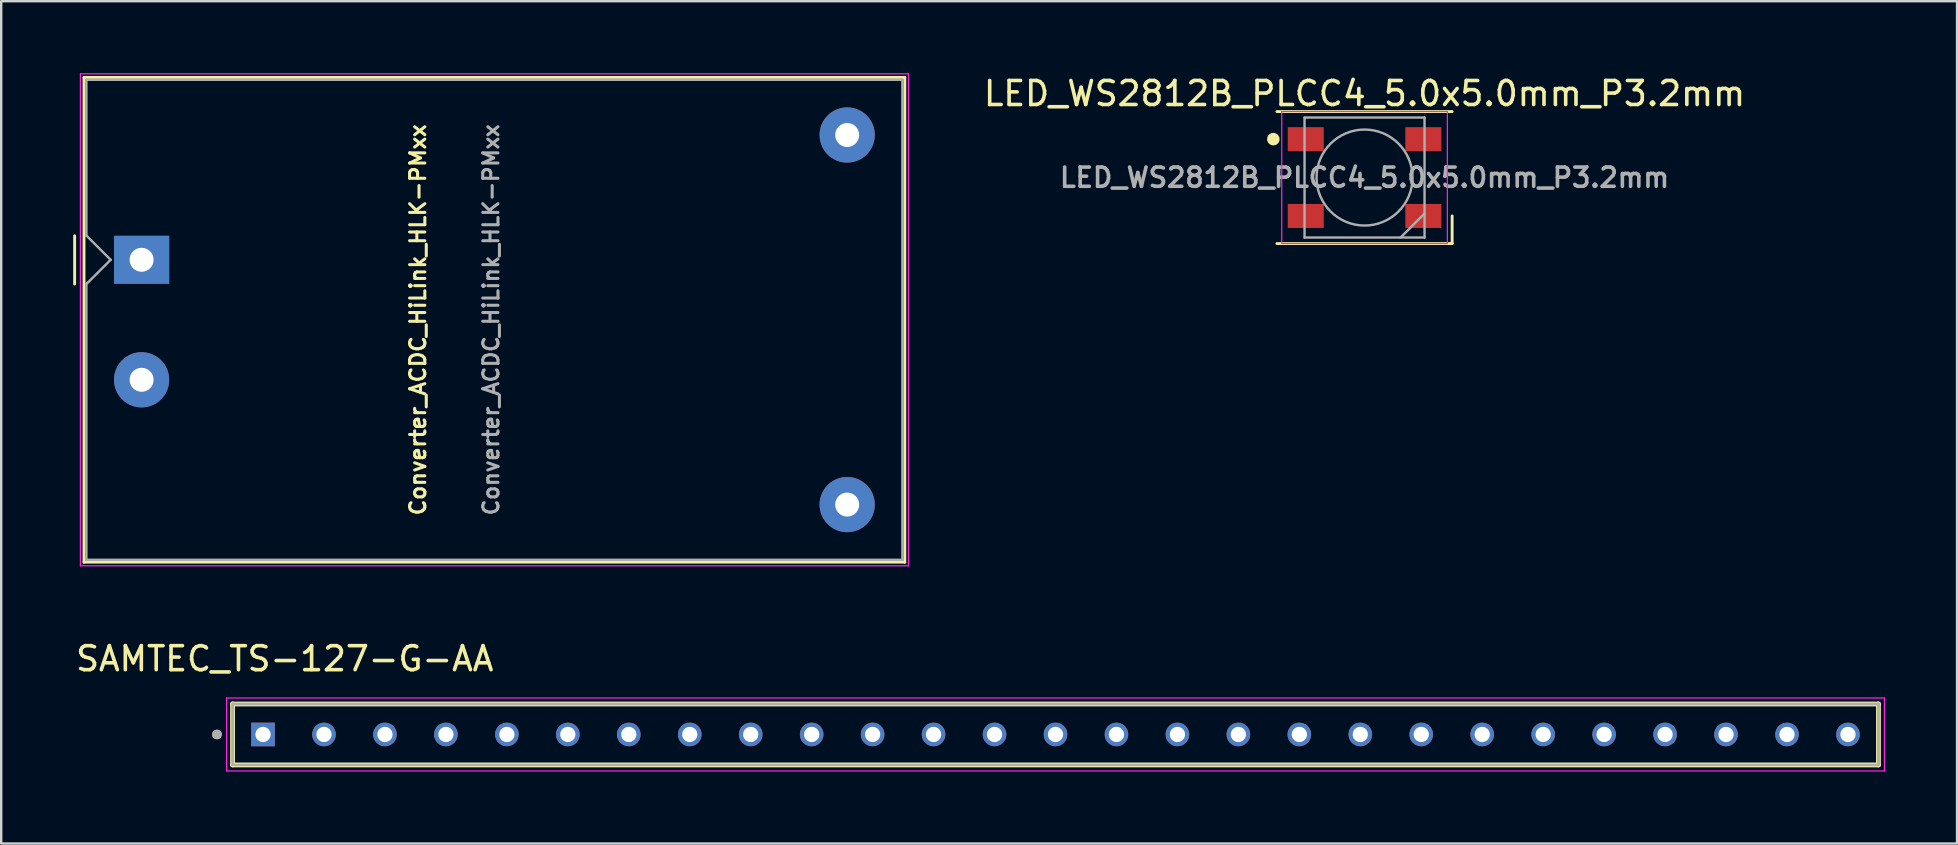
<source format=kicad_pcb>
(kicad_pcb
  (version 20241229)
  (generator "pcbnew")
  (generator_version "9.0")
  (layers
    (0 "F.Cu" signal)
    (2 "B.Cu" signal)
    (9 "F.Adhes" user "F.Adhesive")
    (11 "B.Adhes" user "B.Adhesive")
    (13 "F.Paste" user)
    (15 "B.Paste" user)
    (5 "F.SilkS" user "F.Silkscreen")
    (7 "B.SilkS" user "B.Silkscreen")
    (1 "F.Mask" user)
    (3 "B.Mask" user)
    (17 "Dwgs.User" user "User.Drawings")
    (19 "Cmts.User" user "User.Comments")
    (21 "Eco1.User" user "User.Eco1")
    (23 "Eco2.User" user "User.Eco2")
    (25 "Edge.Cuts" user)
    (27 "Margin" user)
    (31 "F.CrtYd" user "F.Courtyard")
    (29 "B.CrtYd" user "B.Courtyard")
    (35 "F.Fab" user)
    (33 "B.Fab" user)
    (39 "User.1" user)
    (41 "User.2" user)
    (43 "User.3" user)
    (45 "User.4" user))
  (footprint "Converter_ACDC_HiLink_HLK-PMxx"
    (layer "F.Cu")
    (at 2.85 7.775)
    (property "Reference" "Converter_ACDC_HiLink_HLK-PMxx" (at 11.514 2.5 90) (layer "F.SilkS") (effects (font (size 0.635 0.635) (thickness 0.127))))
    (attr through_hole)
    (fp_line (start -2.79 -1) (end -2.79 1.01) (stroke (width 0.12) (type solid)) (layer "F.SilkS"))
    (fp_line (start -2.4 -7.6) (end -2.4 12.6) (stroke (width 0.12) (type solid)) (layer "F.SilkS"))
    (fp_line (start -2.4 12.6) (end 31.8 12.6) (stroke (width 0.12) (type solid)) (layer "F.SilkS"))
    (fp_line (start 31.8 -7.6) (end -2.4 -7.6) (stroke (width 0.12) (type solid)) (layer "F.SilkS"))
    (fp_line (start 31.8 12.6) (end 31.8 -7.6) (stroke (width 0.12) (type solid)) (layer "F.SilkS"))
    (fp_line (start -2.55 -7.75) (end -2.55 12.75) (stroke (width 0.05) (type solid)) (layer "F.CrtYd"))
    (fp_line (start -2.55 12.75) (end 31.95 12.75) (stroke (width 0.05) (type solid)) (layer "F.CrtYd"))
    (fp_line (start 31.95 -7.75) (end -2.55 -7.75) (stroke (width 0.05) (type solid)) (layer "F.CrtYd"))
    (fp_line (start 31.95 12.75) (end 31.95 -7.75) (stroke (width 0.05) (type solid)) (layer "F.CrtYd"))
    (fp_line (start -2.3 -7.5) (end 31.7 -7.5) (stroke (width 0.1) (type solid)) (layer "F.Fab"))
    (fp_line (start -2.3 -1) (end -2.3 -7.5) (stroke (width 0.1) (type solid)) (layer "F.Fab"))
    (fp_line (start -2.3 12.5) (end -2.3 0.99) (stroke (width 0.1) (type solid)) (layer "F.Fab"))
    (fp_line (start -2.3 12.5) (end 31.7 12.5) (stroke (width 0.1) (type solid)) (layer "F.Fab"))
    (fp_line (start -2.29 -1) (end -1.29 0) (stroke (width 0.1) (type solid)) (layer "F.Fab"))
    (fp_line (start -1.29 0) (end -2.29 1) (stroke (width 0.1) (type solid)) (layer "F.Fab"))
    (fp_line (start 31.7 12.5) (end 31.7 -7.5) (stroke (width 0.1) (type solid)) (layer "F.Fab"))
    (fp_text user "${REFERENCE}" (at 14.562 2.5 90) (layer "F.Fab") (effects (font (size 0.635 0.635) (thickness 0.127))))
    (pad "1" thru_hole rect (at 0 0) (size 2.3 2) (drill 1) (layers "*.Cu" "*.Mask"))
    (pad "2" thru_hole circle (at 0 5) (size 2.3 2.3) (drill 1) (layers "*.Cu" "*.Mask"))
    (pad "3" thru_hole circle (at 29.4 -5.2) (size 2.3 2.3) (drill 1) (layers "*.Cu" "*.Mask"))
    (pad "4" thru_hole circle (at 29.4 10.2) (size 2.3 2.3) (drill 1) (layers "*.Cu" "*.Mask")))
  (footprint "LED_WS2812B_PLCC4_5.0x5.0mm_P3.2mm"
    (layer "F.Cu")
    (at 53.807 4.348)
    (property "Reference" "LED_WS2812B_PLCC4_5.0x5.0mm_P3.2mm" (at 0 -3.5 0) (layer "F.SilkS") (effects (font (size 1 1) (thickness 0.15))))
    (attr smd)
    (fp_line (start -3.65 -2.75) (end 3.65 -2.75) (stroke (width 0.12) (type solid)) (layer "F.SilkS"))
    (fp_line (start -3.65 2.75) (end 3.65 2.75) (stroke (width 0.12) (type solid)) (layer "F.SilkS"))
    (fp_line (start 3.65 2.75) (end 3.65 1.6) (stroke (width 0.12) (type solid)) (layer "F.SilkS"))
    (fp_circle (center -3.8 -1.6) (end -3.6 -1.6) (stroke (width 0.12) (type solid)) (fill yes) (layer "F.SilkS"))
    (fp_line (start -3.45 -2.75) (end -3.45 2.75) (stroke (width 0.05) (type solid)) (layer "F.CrtYd"))
    (fp_line (start -3.45 2.75) (end 3.45 2.75) (stroke (width 0.05) (type solid)) (layer "F.CrtYd"))
    (fp_line (start 3.45 -2.75) (end -3.45 -2.75) (stroke (width 0.05) (type solid)) (layer "F.CrtYd"))
    (fp_line (start 3.45 2.75) (end 3.45 -2.75) (stroke (width 0.05) (type solid)) (layer "F.CrtYd"))
    (fp_line (start -2.5 -2.5) (end -2.5 2.5) (stroke (width 0.1) (type solid)) (layer "F.Fab"))
    (fp_line (start -2.5 2.5) (end 2.5 2.5) (stroke (width 0.1) (type solid)) (layer "F.Fab"))
    (fp_line (start 2.5 -2.5) (end -2.5 -2.5) (stroke (width 0.1) (type solid)) (layer "F.Fab"))
    (fp_line (start 2.5 1.5) (end 1.5 2.5) (stroke (width 0.1) (type solid)) (layer "F.Fab"))
    (fp_line (start 2.5 2.5) (end 2.5 -2.5) (stroke (width 0.1) (type solid)) (layer "F.Fab"))
    (fp_circle (center 0 0) (end 0 -2) (stroke (width 0.1) (type solid)) (fill no) (layer "F.Fab"))
    (fp_text user "${REFERENCE}" (at 0 0 0) (layer "F.Fab") (effects (font (size 0.8 0.8) (thickness 0.15))))
    (pad "1" smd rect (at -2.45 -1.6) (size 1.5 1) (layers "F.Cu" "F.Mask" "F.Paste"))
    (pad "2" smd rect (at -2.45 1.6) (size 1.5 1) (layers "F.Cu" "F.Mask" "F.Paste"))
    (pad "3" smd rect (at 2.45 1.6) (size 1.5 1) (layers "F.Cu" "F.Mask" "F.Paste"))
    (pad "4" smd rect (at 2.45 -1.6) (size 1.5 1) (layers "F.Cu" "F.Mask" "F.Paste")))
  (footprint "SAMTEC_TS-127-G-AA"
    (layer "F.Cu")
    (at 40.93 27.553)
    (property "Reference" "SAMTEC_TS-127-G-AA" (at -32.115 -3.155 0) (layer "F.SilkS") (effects (font (size 1 1) (thickness 0.15))))
    (attr through_hole)
    (fp_line (start -34.29 1.27) (end -34.29 -1.27) (stroke (width 0.2) (type solid)) (layer "F.SilkS"))
    (fp_line (start 34.29 -1.27) (end -34.29 -1.27) (stroke (width 0.2) (type solid)) (layer "F.SilkS"))
    (fp_line (start 34.29 -1.27) (end 34.29 1.27) (stroke (width 0.2) (type solid)) (layer "F.SilkS"))
    (fp_line (start 34.29 1.27) (end -34.29 1.27) (stroke (width 0.2) (type solid)) (layer "F.SilkS"))
    (fp_circle (center -34.94 0) (end -34.84 0) (stroke (width 0.2) (type solid)) (fill no) (layer "F.SilkS"))
    (fp_line (start -34.54 -1.52) (end 34.54 -1.52) (stroke (width 0.05) (type solid)) (layer "F.CrtYd"))
    (fp_line (start -34.54 1.52) (end -34.54 -1.52) (stroke (width 0.05) (type solid)) (layer "F.CrtYd"))
    (fp_line (start 34.54 -1.52) (end 34.54 1.52) (stroke (width 0.05) (type solid)) (layer "F.CrtYd"))
    (fp_line (start 34.54 1.52) (end -34.54 1.52) (stroke (width 0.05) (type solid)) (layer "F.CrtYd"))
    (fp_line (start -34.29 -1.27) (end 34.29 -1.27) (stroke (width 0.1) (type solid)) (layer "F.Fab"))
    (fp_line (start -34.29 -1.27) (end 34.29 -1.27) (stroke (width 0.1) (type solid)) (layer "F.Fab"))
    (fp_line (start -34.29 1.27) (end -34.29 -1.27) (stroke (width 0.1) (type solid)) (layer "F.Fab"))
    (fp_line (start -34.29 1.27) (end -34.29 -1.27) (stroke (width 0.1) (type solid)) (layer "F.Fab"))
    (fp_line (start 34.29 -1.27) (end 34.29 1.27) (stroke (width 0.1) (type solid)) (layer "F.Fab"))
    (fp_line (start 34.29 -1.27) (end 34.29 1.27) (stroke (width 0.1) (type solid)) (layer "F.Fab"))
    (fp_line (start 34.29 1.27) (end -34.29 1.27) (stroke (width 0.1) (type solid)) (layer "F.Fab"))
    (fp_circle (center -34.94 0) (end -34.84 0) (stroke (width 0.2) (type solid)) (fill no) (layer "F.Fab"))
    (pad "01" thru_hole rect (at -33.02 0) (size 0.985 0.985) (drill 0.635) (layers "*.Cu" "*.Mask"))
    (pad "02" thru_hole circle (at -30.48 0) (size 0.985 0.985) (drill 0.635) (layers "*.Cu" "*.Mask"))
    (pad "03" thru_hole circle (at -27.94 0) (size 0.985 0.985) (drill 0.635) (layers "*.Cu" "*.Mask"))
    (pad "04" thru_hole circle (at -25.4 0) (size 0.985 0.985) (drill 0.635) (layers "*.Cu" "*.Mask"))
    (pad "05" thru_hole circle (at -22.86 0) (size 0.985 0.985) (drill 0.635) (layers "*.Cu" "*.Mask"))
    (pad "06" thru_hole circle (at -20.32 0) (size 0.985 0.985) (drill 0.635) (layers "*.Cu" "*.Mask"))
    (pad "07" thru_hole circle (at -17.78 0) (size 0.985 0.985) (drill 0.635) (layers "*.Cu" "*.Mask"))
    (pad "08" thru_hole circle (at -15.24 0) (size 0.985 0.985) (drill 0.635) (layers "*.Cu" "*.Mask"))
    (pad "09" thru_hole circle (at -12.7 0) (size 0.985 0.985) (drill 0.635) (layers "*.Cu" "*.Mask"))
    (pad "10" thru_hole circle (at -10.16 0) (size 0.985 0.985) (drill 0.635) (layers "*.Cu" "*.Mask"))
    (pad "11" thru_hole circle (at -7.62 0) (size 0.985 0.985) (drill 0.635) (layers "*.Cu" "*.Mask"))
    (pad "12" thru_hole circle (at -5.08 0) (size 0.985 0.985) (drill 0.635) (layers "*.Cu" "*.Mask"))
    (pad "13" thru_hole circle (at -2.54 0) (size 0.985 0.985) (drill 0.635) (layers "*.Cu" "*.Mask"))
    (pad "14" thru_hole circle (at 0 0) (size 0.985 0.985) (drill 0.635) (layers "*.Cu" "*.Mask"))
    (pad "15" thru_hole circle (at 2.54 0) (size 0.985 0.985) (drill 0.635) (layers "*.Cu" "*.Mask"))
    (pad "16" thru_hole circle (at 5.08 0) (size 0.985 0.985) (drill 0.635) (layers "*.Cu" "*.Mask"))
    (pad "17" thru_hole circle (at 7.62 0) (size 0.985 0.985) (drill 0.635) (layers "*.Cu" "*.Mask"))
    (pad "18" thru_hole circle (at 10.16 0) (size 0.985 0.985) (drill 0.635) (layers "*.Cu" "*.Mask"))
    (pad "19" thru_hole circle (at 12.7 0) (size 0.985 0.985) (drill 0.635) (layers "*.Cu" "*.Mask"))
    (pad "20" thru_hole circle (at 15.24 0) (size 0.985 0.985) (drill 0.635) (layers "*.Cu" "*.Mask"))
    (pad "21" thru_hole circle (at 17.78 0) (size 0.985 0.985) (drill 0.635) (layers "*.Cu" "*.Mask"))
    (pad "22" thru_hole circle (at 20.32 0) (size 0.985 0.985) (drill 0.635) (layers "*.Cu" "*.Mask"))
    (pad "23" thru_hole circle (at 22.86 0) (size 0.985 0.985) (drill 0.635) (layers "*.Cu" "*.Mask"))
    (pad "24" thru_hole circle (at 25.4 0) (size 0.985 0.985) (drill 0.635) (layers "*.Cu" "*.Mask"))
    (pad "25" thru_hole circle (at 27.94 0) (size 0.985 0.985) (drill 0.635) (layers "*.Cu" "*.Mask"))
    (pad "26" thru_hole circle (at 30.48 0) (size 0.985 0.985) (drill 0.635) (layers "*.Cu" "*.Mask"))
    (pad "27" thru_hole circle (at 33.02 0) (size 0.985 0.985) (drill 0.635) (layers "*.Cu" "*.Mask")))
  (gr_rect
    (start -3 -3)
    (end 78.495 32.098)
    (stroke (width 0.1) (type default))
    (fill no)
    (layer "Edge.Cuts")))
</source>
